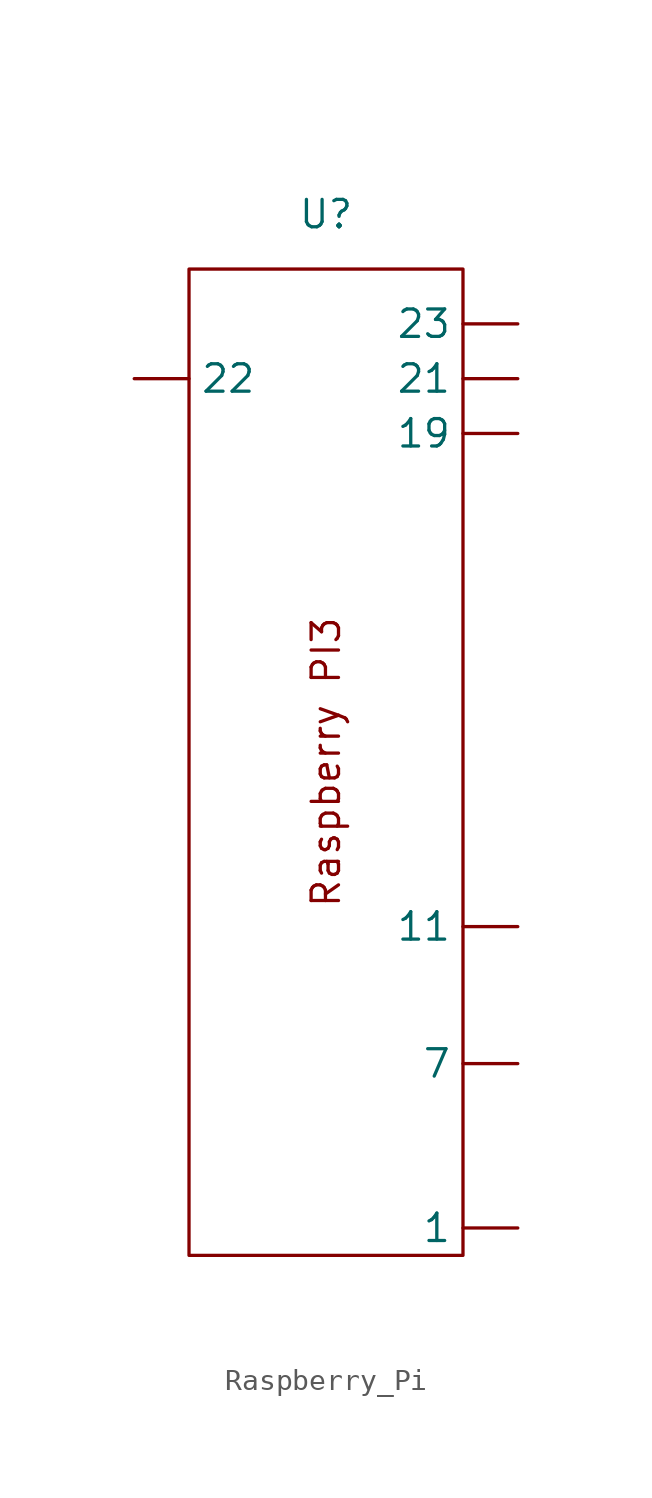
<source format=kicad_sym>
(kicad_symbol_lib
  (version 20220914)
  (generator kicad_symbol_editor)
  (symbol "Raspberry_Pi"
    (property "Reference" "U"
      (at 0 0 0)
      (effects (font (size 1.27 1.27))))
    (property "Value" ""
      (at 0 0 0)
      (effects (font (size 1.27 1.27))))
    (symbol "Raspberry_Pi_0_1"
      (rectangle (start -6.35 -2.54) (end 6.35 -48.26) (stroke (width 0) (type default)) (fill (type none))))
    (symbol "Raspberry_Pi_1_1"
      (text "Raspberry PI3" (at 0 -25.4 900) (effects (font (size 1.27 1.27))))
      (pin bidirectional line (at 8.89 -46.99 180) (length 2.54) (name "1" (effects (font (size 1.27 1.27)))) (number "" (effects (font (size 1.27 1.27)))))
      (pin bidirectional line (at 8.89 -33.02 180) (length 2.54) (name "11" (effects (font (size 1.27 1.27)))) (number "" (effects (font (size 1.27 1.27)))))
      (pin bidirectional line (at 8.89 -10.16 180) (length 2.54) (name "19" (effects (font (size 1.27 1.27)))) (number "" (effects (font (size 1.27 1.27)))))
      (pin bidirectional line (at 8.89 -7.62 180) (length 2.54) (name "21" (effects (font (size 1.27 1.27)))) (number "" (effects (font (size 1.27 1.27)))))
      (pin bidirectional line (at -8.89 -7.62 0) (length 2.54) (name "22" (effects (font (size 1.27 1.27)))) (number "" (effects (font (size 1.27 1.27)))))
      (pin bidirectional line (at 8.89 -5.08 180) (length 2.54) (name "23" (effects (font (size 1.27 1.27)))) (number "" (effects (font (size 1.27 1.27)))))
      (pin bidirectional line (at 8.89 -39.37 180) (length 2.54) (name "7" (effects (font (size 1.27 1.27)))) (number "" (effects (font (size 1.27 1.27))))))))
</source>
